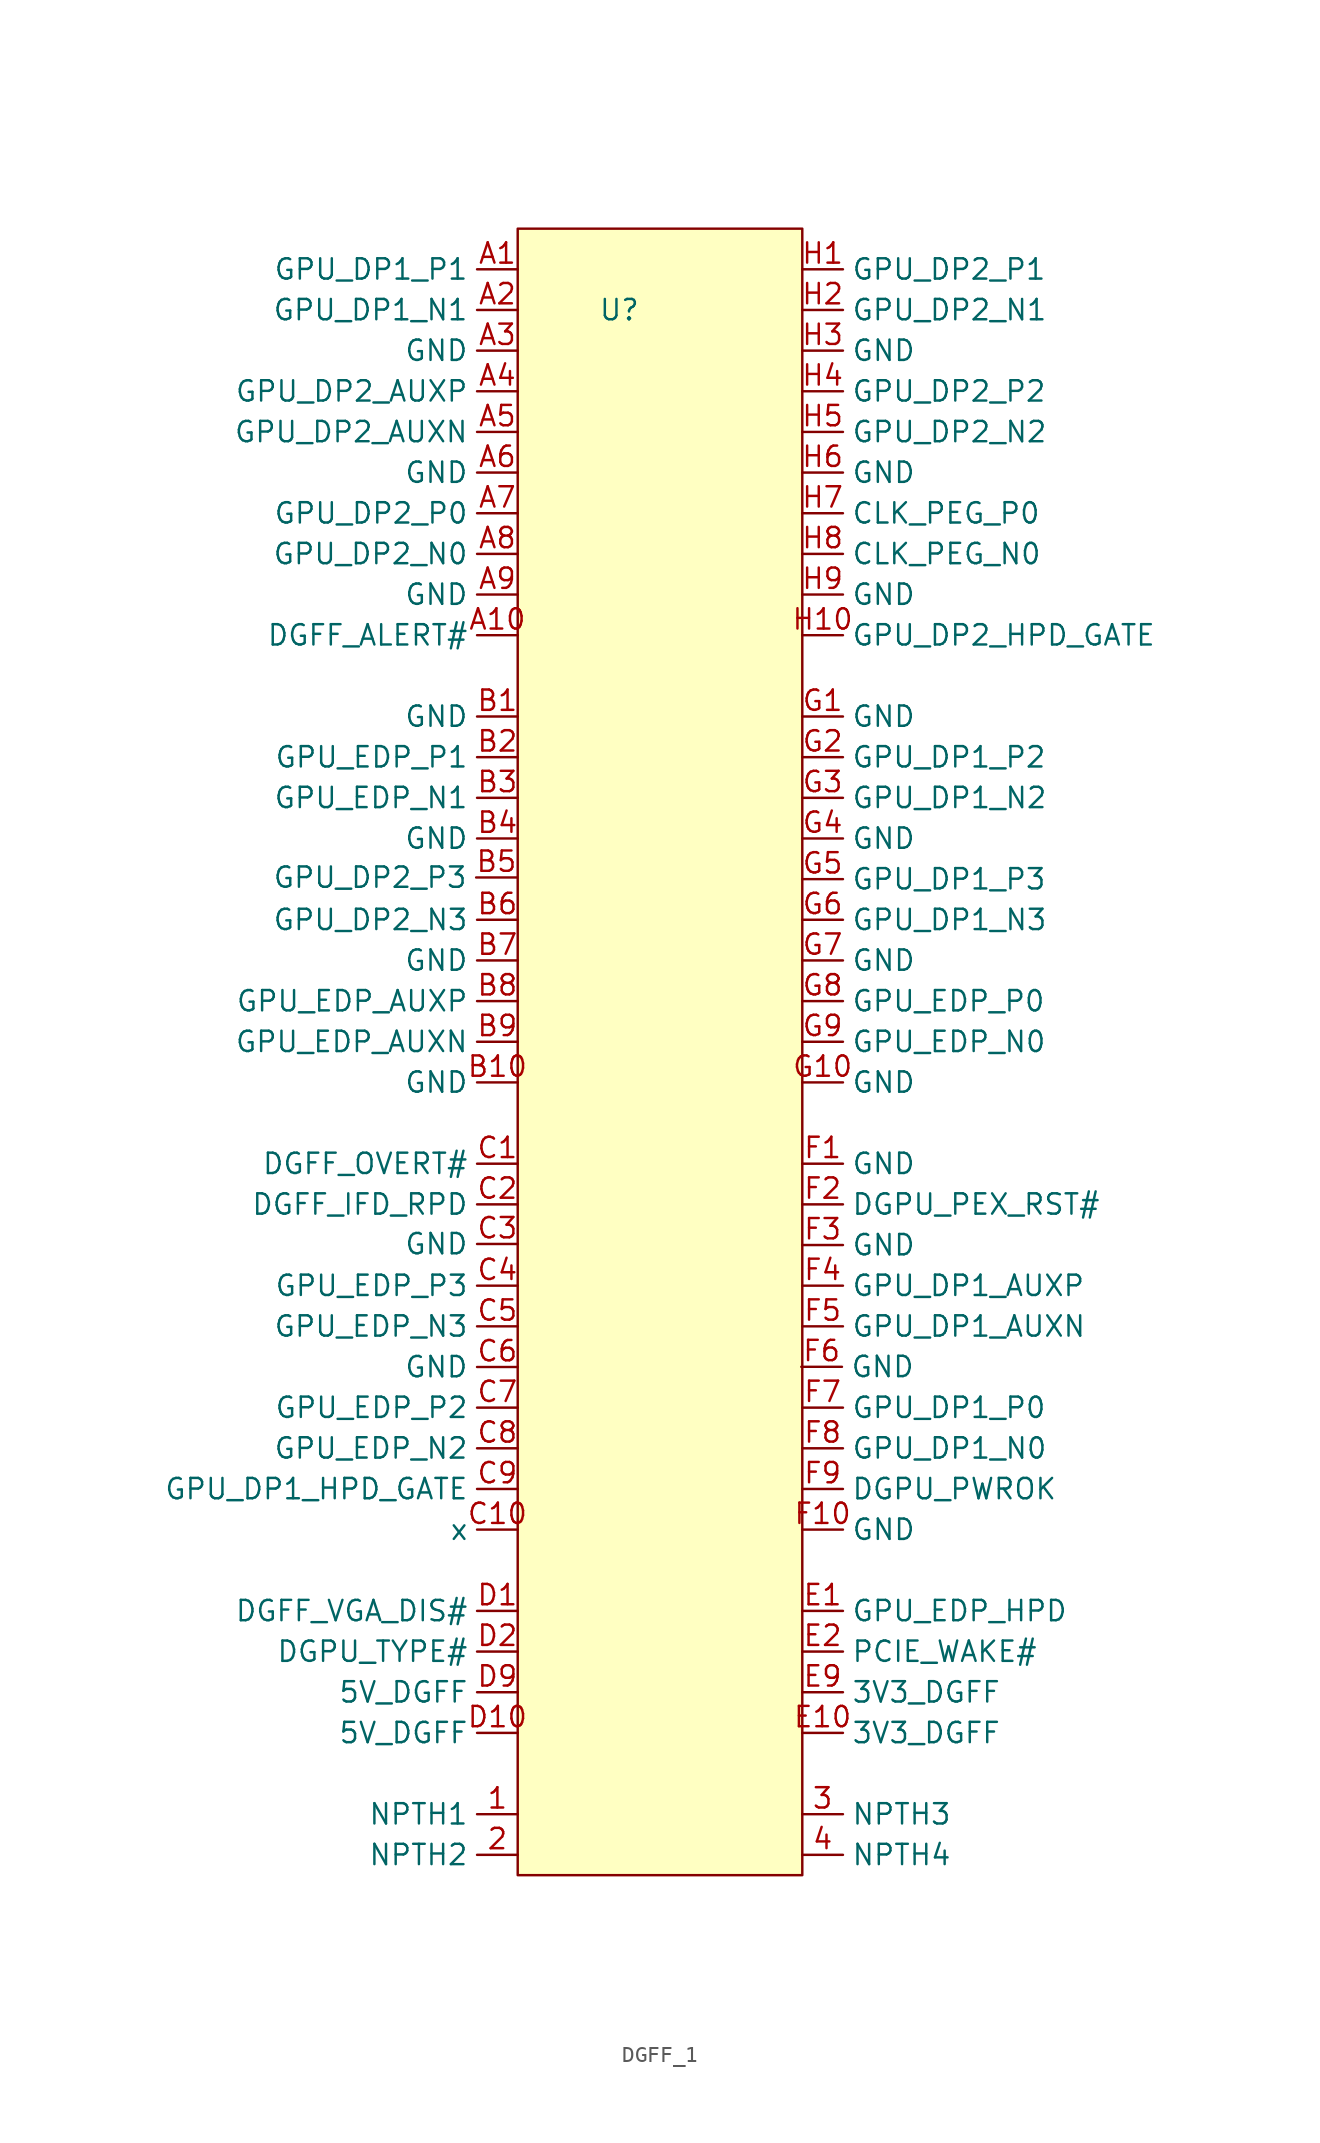
<source format=kicad_sym>
(kicad_symbol_lib
  (version 20231120)
  (generator "kicad_symbol_editor")
  (generator_version "8.0")
  (symbol "DGFF_1"
    (property "Reference" "U"
      (at 0 0 0)
      (effects (font (size 1.27 1.27))))
    (property "Value" ""
      (at 0 0 0)
      (effects (font (size 1.27 1.27))))
    (property "ki_locked" ""
      (at 0 0 0)
      (effects (font (size 1.27 1.27))))
    (symbol "DGFF_1_1_1"
      (rectangle (start -6.35 5.08) (end 11.43 -97.79) (stroke (width 0) (type default)) (fill (type background)))
      (pin input line (at -6.35 -93.98 180) (length 2.54) (name "NPTH1" (effects (font (size 1.27 1.27)))) (number "1" (effects (font (size 1.27 1.27)))))
      (pin input line (at -6.35 -96.52 180) (length 2.54) (name "NPTH2" (effects (font (size 1.27 1.27)))) (number "2" (effects (font (size 1.27 1.27)))))
      (pin input line (at 11.43 -93.98 0) (length 2.54) (name "NPTH3" (effects (font (size 1.27 1.27)))) (number "3" (effects (font (size 1.27 1.27)))))
      (pin input line (at 11.43 -96.52 0) (length 2.54) (name "NPTH4" (effects (font (size 1.27 1.27)))) (number "4" (effects (font (size 1.27 1.27)))))
      (pin input line (at -6.35 2.54 180) (length 2.54) (name "GPU_DP1_P1" (effects (font (size 1.27 1.27)))) (number "A1" (effects (font (size 1.27 1.27)))))
      (pin input line (at -6.35 -20.32 180) (length 2.54) (name "DGFF_ALERT#" (effects (font (size 1.27 1.27)))) (number "A10" (effects (font (size 1.27 1.27)))))
      (pin input line (at -6.35 0 180) (length 2.54) (name "GPU_DP1_N1" (effects (font (size 1.27 1.27)))) (number "A2" (effects (font (size 1.27 1.27)))))
      (pin input line (at -6.35 -2.54 180) (length 2.54) (name "GND" (effects (font (size 1.27 1.27)))) (number "A3" (effects (font (size 1.27 1.27)))))
      (pin input line (at -6.35 -5.08 180) (length 2.54) (name "GPU_DP2_AUXP" (effects (font (size 1.27 1.27)))) (number "A4" (effects (font (size 1.27 1.27)))))
      (pin input line (at -6.35 -7.62 180) (length 2.54) (name "GPU_DP2_AUXN" (effects (font (size 1.27 1.27)))) (number "A5" (effects (font (size 1.27 1.27)))))
      (pin input line (at -6.35 -10.16 180) (length 2.54) (name "GND" (effects (font (size 1.27 1.27)))) (number "A6" (effects (font (size 1.27 1.27)))))
      (pin input line (at -6.35 -12.7 180) (length 2.54) (name "GPU_DP2_P0" (effects (font (size 1.27 1.27)))) (number "A7" (effects (font (size 1.27 1.27)))))
      (pin input line (at -6.35 -15.24 180) (length 2.54) (name "GPU_DP2_N0" (effects (font (size 1.27 1.27)))) (number "A8" (effects (font (size 1.27 1.27)))))
      (pin input line (at -6.35 -17.78 180) (length 2.54) (name "GND" (effects (font (size 1.27 1.27)))) (number "A9" (effects (font (size 1.27 1.27)))))
      (pin input line (at -6.35 -25.4 180) (length 2.54) (name "GND" (effects (font (size 1.27 1.27)))) (number "B1" (effects (font (size 1.27 1.27)))))
      (pin input line (at -6.35 -48.26 180) (length 2.54) (name "GND" (effects (font (size 1.27 1.27)))) (number "B10" (effects (font (size 1.27 1.27)))))
      (pin input line (at -6.35 -27.94 180) (length 2.54) (name "GPU_EDP_P1" (effects (font (size 1.27 1.27)))) (number "B2" (effects (font (size 1.27 1.27)))))
      (pin input line (at -6.35 -30.48 180) (length 2.54) (name "GPU_EDP_N1" (effects (font (size 1.27 1.27)))) (number "B3" (effects (font (size 1.27 1.27)))))
      (pin input line (at -6.35 -33.02 180) (length 2.54) (name "GND" (effects (font (size 1.27 1.27)))) (number "B4" (effects (font (size 1.27 1.27)))))
      (pin input line (at -6.407 -35.457 180) (length 2.54) (name "GPU_DP2_P3" (effects (font (size 1.27 1.27)))) (number "B5" (effects (font (size 1.27 1.27)))))
      (pin input line (at -6.35 -38.1 180) (length 2.54) (name "GPU_DP2_N3" (effects (font (size 1.27 1.27)))) (number "B6" (effects (font (size 1.27 1.27)))))
      (pin input line (at -6.35 -40.64 180) (length 2.54) (name "GND" (effects (font (size 1.27 1.27)))) (number "B7" (effects (font (size 1.27 1.27)))))
      (pin input line (at -6.35 -43.18 180) (length 2.54) (name "GPU_EDP_AUXP" (effects (font (size 1.27 1.27)))) (number "B8" (effects (font (size 1.27 1.27)))))
      (pin input line (at -6.35 -45.72 180) (length 2.54) (name "GPU_EDP_AUXN" (effects (font (size 1.27 1.27)))) (number "B9" (effects (font (size 1.27 1.27)))))
      (pin input line (at -6.35 -53.34 180) (length 2.54) (name "DGFF_OVERT#" (effects (font (size 1.27 1.27)))) (number "C1" (effects (font (size 1.27 1.27)))))
      (pin input line (at -6.35 -76.2 180) (length 2.54) (name "x" (effects (font (size 1.27 1.27)))) (number "C10" (effects (font (size 1.27 1.27)))))
      (pin input line (at -6.35 -55.88 180) (length 2.54) (name "DGFF_IFD_RPD" (effects (font (size 1.27 1.27)))) (number "C2" (effects (font (size 1.27 1.27)))))
      (pin input line (at -6.35 -58.355 180) (length 2.54) (name "GND" (effects (font (size 1.27 1.27)))) (number "C3" (effects (font (size 1.27 1.27)))))
      (pin input line (at -6.35 -60.96 180) (length 2.54) (name "GPU_EDP_P3" (effects (font (size 1.27 1.27)))) (number "C4" (effects (font (size 1.27 1.27)))))
      (pin input line (at -6.35 -63.5 180) (length 2.54) (name "GPU_EDP_N3" (effects (font (size 1.27 1.27)))) (number "C5" (effects (font (size 1.27 1.27)))))
      (pin input line (at -6.35 -66.04 180) (length 2.54) (name "GND" (effects (font (size 1.27 1.27)))) (number "C6" (effects (font (size 1.27 1.27)))))
      (pin input line (at -6.35 -68.58 180) (length 2.54) (name "GPU_EDP_P2" (effects (font (size 1.27 1.27)))) (number "C7" (effects (font (size 1.27 1.27)))))
      (pin input line (at -6.35 -71.12 180) (length 2.54) (name "GPU_EDP_N2" (effects (font (size 1.27 1.27)))) (number "C8" (effects (font (size 1.27 1.27)))))
      (pin input line (at -6.35 -73.66 180) (length 2.54) (name "GPU_DP1_HPD_GATE" (effects (font (size 1.27 1.27)))) (number "C9" (effects (font (size 1.27 1.27)))))
      (pin input line (at -6.35 -81.28 180) (length 2.54) (name "DGFF_VGA_DIS#" (effects (font (size 1.27 1.27)))) (number "D1" (effects (font (size 1.27 1.27)))))
      (pin input line (at -6.35 -88.9 180) (length 2.54) (name "5V_DGFF" (effects (font (size 1.27 1.27)))) (number "D10" (effects (font (size 1.27 1.27)))))
      (pin input line (at -6.35 -83.82 180) (length 2.54) (name "DGPU_TYPE#" (effects (font (size 1.27 1.27)))) (number "D2" (effects (font (size 1.27 1.27)))))
      (pin input line (at -6.35 -86.36 180) (length 2.54) (name "5V_DGFF" (effects (font (size 1.27 1.27)))) (number "D9" (effects (font (size 1.27 1.27)))))
      (pin input line (at 11.43 -81.28 0) (length 2.54) (name "GPU_EDP_HPD" (effects (font (size 1.27 1.27)))) (number "E1" (effects (font (size 1.27 1.27)))))
      (pin input line (at 11.43 -88.9 0) (length 2.54) (name "3V3_DGFF" (effects (font (size 1.27 1.27)))) (number "E10" (effects (font (size 1.27 1.27)))))
      (pin input line (at 11.43 -83.82 0) (length 2.54) (name "PCIE_WAKE#" (effects (font (size 1.27 1.27)))) (number "E2" (effects (font (size 1.27 1.27)))))
      (pin input line (at 11.43 -86.36 0) (length 2.54) (name "3V3_DGFF" (effects (font (size 1.27 1.27)))) (number "E9" (effects (font (size 1.27 1.27)))))
      (pin input line (at 11.43 -53.34 0) (length 2.54) (name "GND" (effects (font (size 1.27 1.27)))) (number "F1" (effects (font (size 1.27 1.27)))))
      (pin input line (at 11.43 -76.2 0) (length 2.54) (name "GND" (effects (font (size 1.27 1.27)))) (number "F10" (effects (font (size 1.27 1.27)))))
      (pin input line (at 11.43 -55.88 0) (length 2.54) (name "DGPU_PEX_RST#" (effects (font (size 1.27 1.27)))) (number "F2" (effects (font (size 1.27 1.27)))))
      (pin input line (at 11.43 -58.42 0) (length 2.54) (name "GND" (effects (font (size 1.27 1.27)))) (number "F3" (effects (font (size 1.27 1.27)))))
      (pin input line (at 11.43 -60.96 0) (length 2.54) (name "GPU_DP1_AUXP" (effects (font (size 1.27 1.27)))) (number "F4" (effects (font (size 1.27 1.27)))))
      (pin input line (at 11.43 -63.5 0) (length 2.54) (name "GPU_DP1_AUXN" (effects (font (size 1.27 1.27)))) (number "F5" (effects (font (size 1.27 1.27)))))
      (pin input line (at 11.368 -66.029 0) (length 2.54) (name "GND" (effects (font (size 1.27 1.27)))) (number "F6" (effects (font (size 1.27 1.27)))))
      (pin input line (at 11.43 -68.58 0) (length 2.54) (name "GPU_DP1_P0" (effects (font (size 1.27 1.27)))) (number "F7" (effects (font (size 1.27 1.27)))))
      (pin input line (at 11.43 -71.12 0) (length 2.54) (name "GPU_DP1_N0" (effects (font (size 1.27 1.27)))) (number "F8" (effects (font (size 1.27 1.27)))))
      (pin input line (at 11.43 -73.66 0) (length 2.54) (name "DGPU_PWROK" (effects (font (size 1.27 1.27)))) (number "F9" (effects (font (size 1.27 1.27)))))
      (pin input line (at 11.43 -25.4 0) (length 2.54) (name "GND" (effects (font (size 1.27 1.27)))) (number "G1" (effects (font (size 1.27 1.27)))))
      (pin input line (at 11.43 -48.26 0) (length 2.54) (name "GND" (effects (font (size 1.27 1.27)))) (number "G10" (effects (font (size 1.27 1.27)))))
      (pin input line (at 11.43 -27.94 0) (length 2.54) (name "GPU_DP1_P2" (effects (font (size 1.27 1.27)))) (number "G2" (effects (font (size 1.27 1.27)))))
      (pin input line (at 11.43 -30.48 0) (length 2.54) (name "GPU_DP1_N2" (effects (font (size 1.27 1.27)))) (number "G3" (effects (font (size 1.27 1.27)))))
      (pin input line (at 11.43 -33.02 0) (length 2.54) (name "GND" (effects (font (size 1.27 1.27)))) (number "G4" (effects (font (size 1.27 1.27)))))
      (pin input line (at 11.43 -35.56 0) (length 2.54) (name "GPU_DP1_P3" (effects (font (size 1.27 1.27)))) (number "G5" (effects (font (size 1.27 1.27)))))
      (pin input line (at 11.43 -38.1 0) (length 2.54) (name "GPU_DP1_N3" (effects (font (size 1.27 1.27)))) (number "G6" (effects (font (size 1.27 1.27)))))
      (pin input line (at 11.43 -40.64 0) (length 2.54) (name "GND" (effects (font (size 1.27 1.27)))) (number "G7" (effects (font (size 1.27 1.27)))))
      (pin input line (at 11.43 -43.18 0) (length 2.54) (name "GPU_EDP_P0" (effects (font (size 1.27 1.27)))) (number "G8" (effects (font (size 1.27 1.27)))))
      (pin input line (at 11.43 -45.72 0) (length 2.54) (name "GPU_EDP_N0" (effects (font (size 1.27 1.27)))) (number "G9" (effects (font (size 1.27 1.27)))))
      (pin input line (at 11.43 2.54 0) (length 2.54) (name "GPU_DP2_P1" (effects (font (size 1.27 1.27)))) (number "H1" (effects (font (size 1.27 1.27)))))
      (pin input line (at 11.43 -20.32 0) (length 2.54) (name "GPU_DP2_HPD_GATE" (effects (font (size 1.27 1.27)))) (number "H10" (effects (font (size 1.27 1.27)))))
      (pin input line (at 11.43 0 0) (length 2.54) (name "GPU_DP2_N1" (effects (font (size 1.27 1.27)))) (number "H2" (effects (font (size 1.27 1.27)))))
      (pin input line (at 11.43 -2.54 0) (length 2.54) (name "GND" (effects (font (size 1.27 1.27)))) (number "H3" (effects (font (size 1.27 1.27)))))
      (pin input line (at 11.43 -5.08 0) (length 2.54) (name "GPU_DP2_P2" (effects (font (size 1.27 1.27)))) (number "H4" (effects (font (size 1.27 1.27)))))
      (pin input line (at 11.43 -7.62 0) (length 2.54) (name "GPU_DP2_N2" (effects (font (size 1.27 1.27)))) (number "H5" (effects (font (size 1.27 1.27)))))
      (pin input line (at 11.43 -10.16 0) (length 2.54) (name "GND" (effects (font (size 1.27 1.27)))) (number "H6" (effects (font (size 1.27 1.27)))))
      (pin input line (at 11.43 -12.7 0) (length 2.54) (name "CLK_PEG_P0" (effects (font (size 1.27 1.27)))) (number "H7" (effects (font (size 1.27 1.27)))))
      (pin input line (at 11.43 -15.24 0) (length 2.54) (name "CLK_PEG_N0" (effects (font (size 1.27 1.27)))) (number "H8" (effects (font (size 1.27 1.27)))))
      (pin input line (at 11.43 -17.78 0) (length 2.54) (name "GND" (effects (font (size 1.27 1.27)))) (number "H9" (effects (font (size 1.27 1.27))))))))
</source>
